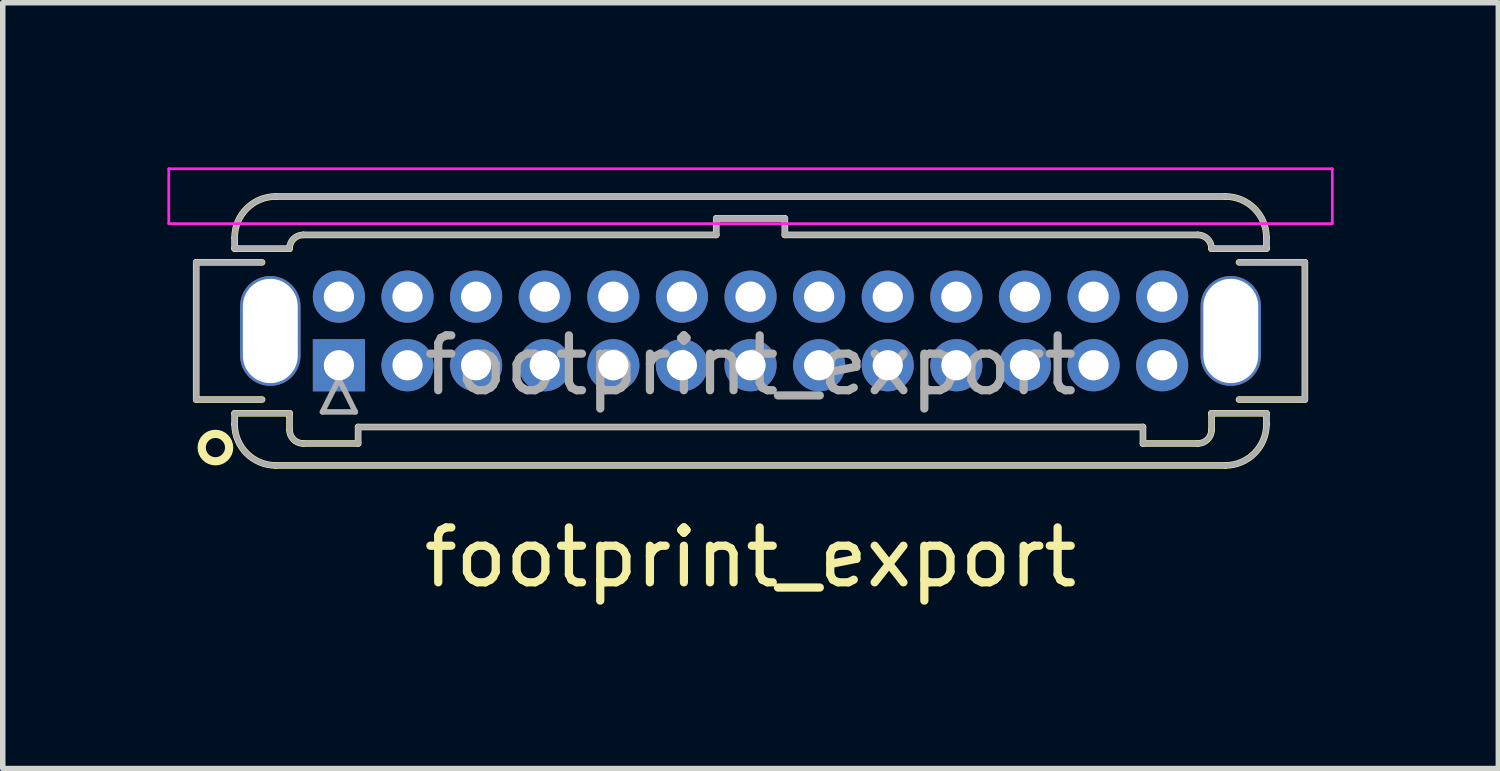
<source format=kicad_pcb>
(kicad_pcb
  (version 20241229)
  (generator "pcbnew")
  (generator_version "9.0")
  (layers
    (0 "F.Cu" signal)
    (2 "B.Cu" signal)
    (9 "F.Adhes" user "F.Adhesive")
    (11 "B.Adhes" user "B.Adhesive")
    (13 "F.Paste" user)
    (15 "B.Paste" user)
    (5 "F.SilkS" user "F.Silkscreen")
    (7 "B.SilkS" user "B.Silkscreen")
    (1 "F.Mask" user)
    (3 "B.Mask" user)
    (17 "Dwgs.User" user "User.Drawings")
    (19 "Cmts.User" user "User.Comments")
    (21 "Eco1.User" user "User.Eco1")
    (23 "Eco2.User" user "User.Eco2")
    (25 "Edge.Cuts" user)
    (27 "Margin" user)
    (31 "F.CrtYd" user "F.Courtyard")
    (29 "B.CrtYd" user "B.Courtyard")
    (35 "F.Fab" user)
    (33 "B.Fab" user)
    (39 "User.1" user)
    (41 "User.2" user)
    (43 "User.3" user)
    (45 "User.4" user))
  (footprint "footprint_export"
    (layer "F.Cu")
    (at 3.125 3.605)
    (property "Reference" "footprint_export" (at 7.5 3.5 0) (layer "F.SilkS") (effects (font (size 1 1) (thickness 0.15))))
    (attr through_hole)
    (fp_line (start -2.6 -1.875) (end -2.6 0.625) (stroke (width 0.12) (type solid)) (layer "F.SilkS"))
    (fp_line (start -2.6 0.625) (end -1.4 0.625) (stroke (width 0.12) (type solid)) (layer "F.SilkS"))
    (fp_line (start -1.9 -2.325) (end -1.9 -2.125) (stroke (width 0.12) (type solid)) (layer "F.SilkS"))
    (fp_line (start -1.9 -2.125) (end -0.9 -2.125) (stroke (width 0.12) (type solid)) (layer "F.SilkS"))
    (fp_line (start -1.9 0.875) (end -0.9 0.875) (stroke (width 0.12) (type solid)) (layer "F.SilkS"))
    (fp_line (start -1.9 1.075) (end -1.9 0.875) (stroke (width 0.12) (type solid)) (layer "F.SilkS"))
    (fp_line (start -1.4 -1.875) (end -2.6 -1.875) (stroke (width 0.12) (type solid)) (layer "F.SilkS"))
    (fp_line (start -1.15 -3.075) (end 16.15 -3.075) (stroke (width 0.12) (type solid)) (layer "F.SilkS"))
    (fp_line (start -1.15 1.825) (end 16.15 1.825) (stroke (width 0.12) (type solid)) (layer "F.SilkS"))
    (fp_line (start -0.9 -2.125) (end -0.9 -2.125) (stroke (width 0.12) (type solid)) (layer "F.SilkS"))
    (fp_line (start -0.9 0.875) (end -0.9 0.875) (stroke (width 0.12) (type solid)) (layer "F.SilkS"))
    (fp_line (start -0.9 1.175) (end -0.9 0.875) (stroke (width 0.12) (type solid)) (layer "F.SilkS"))
    (fp_line (start -0.65 -2.375) (end 6.875 -2.375) (stroke (width 0.12) (type solid)) (layer "F.SilkS"))
    (fp_line (start -0.65 1.425) (end 0.35 1.425) (stroke (width 0.12) (type solid)) (layer "F.SilkS"))
    (fp_line (start 0.35 1.125) (end 14.65 1.125) (stroke (width 0.12) (type solid)) (layer "F.SilkS"))
    (fp_line (start 0.35 1.425) (end 0.35 1.125) (stroke (width 0.12) (type solid)) (layer "F.SilkS"))
    (fp_line (start 6.875 -2.675) (end 8.125 -2.675) (stroke (width 0.12) (type solid)) (layer "F.SilkS"))
    (fp_line (start 6.875 -2.375) (end 6.875 -2.675) (stroke (width 0.12) (type solid)) (layer "F.SilkS"))
    (fp_line (start 8.125 -2.675) (end 8.125 -2.375) (stroke (width 0.12) (type solid)) (layer "F.SilkS"))
    (fp_line (start 8.125 -2.375) (end 15.65 -2.375) (stroke (width 0.12) (type solid)) (layer "F.SilkS"))
    (fp_line (start 14.65 1.125) (end 14.65 1.425) (stroke (width 0.12) (type solid)) (layer "F.SilkS"))
    (fp_line (start 14.65 1.425) (end 15.65 1.425) (stroke (width 0.12) (type solid)) (layer "F.SilkS"))
    (fp_line (start 15.9 -2.125) (end 15.9 -2.125) (stroke (width 0.12) (type solid)) (layer "F.SilkS"))
    (fp_line (start 15.9 0.875) (end 15.9 0.875) (stroke (width 0.12) (type solid)) (layer "F.SilkS"))
    (fp_line (start 15.9 1.175) (end 15.9 0.875) (stroke (width 0.12) (type solid)) (layer "F.SilkS"))
    (fp_line (start 16.4 -1.875) (end 17.6 -1.875) (stroke (width 0.12) (type solid)) (layer "F.SilkS"))
    (fp_line (start 16.9 -2.325) (end 16.9 -2.125) (stroke (width 0.12) (type solid)) (layer "F.SilkS"))
    (fp_line (start 16.9 -2.125) (end 15.9 -2.125) (stroke (width 0.12) (type solid)) (layer "F.SilkS"))
    (fp_line (start 16.9 0.875) (end 15.9 0.875) (stroke (width 0.12) (type solid)) (layer "F.SilkS"))
    (fp_line (start 16.9 1.075) (end 16.9 0.875) (stroke (width 0.12) (type solid)) (layer "F.SilkS"))
    (fp_line (start 17.6 -1.875) (end 17.6 0.625) (stroke (width 0.12) (type solid)) (layer "F.SilkS"))
    (fp_line (start 17.6 0.625) (end 16.4 0.625) (stroke (width 0.12) (type solid)) (layer "F.SilkS"))
    (fp_arc (start -1.9 -2.325) (mid -1.68033 -2.85533) (end -1.15 -3.075) (stroke (width 0.12) (type solid)) (layer "F.SilkS"))
    (fp_arc (start -1.15 1.825) (mid -1.68033 1.60533) (end -1.9 1.075) (stroke (width 0.12) (type solid)) (layer "F.SilkS"))
    (fp_arc (start -0.9 -2.125) (mid -0.826777 -2.301777) (end -0.65 -2.375) (stroke (width 0.12) (type solid)) (layer "F.SilkS"))
    (fp_arc (start -0.65 1.425) (mid -0.826777 1.351777) (end -0.9 1.175) (stroke (width 0.12) (type solid)) (layer "F.SilkS"))
    (fp_arc (start 15.65 -2.375) (mid 15.826777 -2.301777) (end 15.9 -2.125) (stroke (width 0.12) (type solid)) (layer "F.SilkS"))
    (fp_arc (start 15.9 1.175) (mid 15.826777 1.351777) (end 15.65 1.425) (stroke (width 0.12) (type solid)) (layer "F.SilkS"))
    (fp_arc (start 16.15 -3.075) (mid 16.68033 -2.85533) (end 16.9 -2.325) (stroke (width 0.12) (type solid)) (layer "F.SilkS"))
    (fp_arc (start 16.9 1.075) (mid 16.68033 1.60533) (end 16.15 1.825) (stroke (width 0.12) (type solid)) (layer "F.SilkS"))
    (fp_circle (center -2.25 1.5) (end -2 1.5) (stroke (width 0.15) (type solid)) (fill no) (layer "F.SilkS"))
    (fp_line (start -3.1 -3.58) (end -3.1 -2.58) (stroke (width 0.05) (type solid)) (layer "F.CrtYd"))
    (fp_line (start -3.1 -2.58) (end 18.1 -2.58) (stroke (width 0.05) (type solid)) (layer "F.CrtYd"))
    (fp_line (start 18.1 -3.58) (end -3.1 -3.58) (stroke (width 0.05) (type solid)) (layer "F.CrtYd"))
    (fp_line (start 18.1 -2.58) (end 18.1 -3.58) (stroke (width 0.05) (type solid)) (layer "F.CrtYd"))
    (fp_line (start -2.6 -1.875) (end -2.6 0.625) (stroke (width 0.1) (type solid)) (layer "F.Fab"))
    (fp_line (start -2.6 0.625) (end -1.4 0.625) (stroke (width 0.1) (type solid)) (layer "F.Fab"))
    (fp_line (start -1.9 -2.325) (end -1.9 -2.125) (stroke (width 0.1) (type solid)) (layer "F.Fab"))
    (fp_line (start -1.9 -2.125) (end -0.9 -2.125) (stroke (width 0.1) (type solid)) (layer "F.Fab"))
    (fp_line (start -1.9 0.875) (end -0.9 0.875) (stroke (width 0.1) (type solid)) (layer "F.Fab"))
    (fp_line (start -1.9 1.075) (end -1.9 0.875) (stroke (width 0.1) (type solid)) (layer "F.Fab"))
    (fp_line (start -1.4 -1.875) (end -2.6 -1.875) (stroke (width 0.1) (type solid)) (layer "F.Fab"))
    (fp_line (start -1.15 -3.075) (end 16.15 -3.075) (stroke (width 0.1) (type solid)) (layer "F.Fab"))
    (fp_line (start -1.15 1.825) (end 16.15 1.825) (stroke (width 0.1) (type solid)) (layer "F.Fab"))
    (fp_line (start -0.9 -2.125) (end -0.9 -2.125) (stroke (width 0.1) (type solid)) (layer "F.Fab"))
    (fp_line (start -0.9 0.875) (end -0.9 0.875) (stroke (width 0.1) (type solid)) (layer "F.Fab"))
    (fp_line (start -0.9 1.175) (end -0.9 0.875) (stroke (width 0.1) (type solid)) (layer "F.Fab"))
    (fp_line (start -0.65 -2.375) (end 6.875 -2.375) (stroke (width 0.1) (type solid)) (layer "F.Fab"))
    (fp_line (start -0.65 1.425) (end 0.35 1.425) (stroke (width 0.1) (type solid)) (layer "F.Fab"))
    (fp_line (start -0.3 0.85) (end 0.3 0.85) (stroke (width 0.1) (type solid)) (layer "F.Fab"))
    (fp_line (start 0 0.25) (end -0.3 0.85) (stroke (width 0.1) (type solid)) (layer "F.Fab"))
    (fp_line (start 0.3 0.85) (end 0 0.25) (stroke (width 0.1) (type solid)) (layer "F.Fab"))
    (fp_line (start 0.35 1.125) (end 14.65 1.125) (stroke (width 0.1) (type solid)) (layer "F.Fab"))
    (fp_line (start 0.35 1.425) (end 0.35 1.125) (stroke (width 0.1) (type solid)) (layer "F.Fab"))
    (fp_line (start 6.875 -2.675) (end 8.125 -2.675) (stroke (width 0.1) (type solid)) (layer "F.Fab"))
    (fp_line (start 6.875 -2.375) (end 6.875 -2.675) (stroke (width 0.1) (type solid)) (layer "F.Fab"))
    (fp_line (start 8.125 -2.675) (end 8.125 -2.375) (stroke (width 0.1) (type solid)) (layer "F.Fab"))
    (fp_line (start 8.125 -2.375) (end 15.65 -2.375) (stroke (width 0.1) (type solid)) (layer "F.Fab"))
    (fp_line (start 14.65 1.125) (end 14.65 1.425) (stroke (width 0.1) (type solid)) (layer "F.Fab"))
    (fp_line (start 14.65 1.425) (end 15.65 1.425) (stroke (width 0.1) (type solid)) (layer "F.Fab"))
    (fp_line (start 15.9 -2.125) (end 15.9 -2.125) (stroke (width 0.1) (type solid)) (layer "F.Fab"))
    (fp_line (start 15.9 0.875) (end 15.9 0.875) (stroke (width 0.1) (type solid)) (layer "F.Fab"))
    (fp_line (start 15.9 1.175) (end 15.9 0.875) (stroke (width 0.1) (type solid)) (layer "F.Fab"))
    (fp_line (start 16.4 -1.875) (end 17.6 -1.875) (stroke (width 0.1) (type solid)) (layer "F.Fab"))
    (fp_line (start 16.9 -2.325) (end 16.9 -2.125) (stroke (width 0.1) (type solid)) (layer "F.Fab"))
    (fp_line (start 16.9 -2.125) (end 15.9 -2.125) (stroke (width 0.1) (type solid)) (layer "F.Fab"))
    (fp_line (start 16.9 0.875) (end 15.9 0.875) (stroke (width 0.1) (type solid)) (layer "F.Fab"))
    (fp_line (start 16.9 1.075) (end 16.9 0.875) (stroke (width 0.1) (type solid)) (layer "F.Fab"))
    (fp_line (start 17.6 -1.875) (end 17.6 0.625) (stroke (width 0.1) (type solid)) (layer "F.Fab"))
    (fp_line (start 17.6 0.625) (end 16.4 0.625) (stroke (width 0.1) (type solid)) (layer "F.Fab"))
    (fp_arc (start -1.9 -2.325) (mid -1.68033 -2.85533) (end -1.15 -3.075) (stroke (width 0.1) (type solid)) (layer "F.Fab"))
    (fp_arc (start -1.15 1.825) (mid -1.68033 1.60533) (end -1.9 1.075) (stroke (width 0.1) (type solid)) (layer "F.Fab"))
    (fp_arc (start -0.9 -2.125) (mid -0.826777 -2.301777) (end -0.65 -2.375) (stroke (width 0.1) (type solid)) (layer "F.Fab"))
    (fp_arc (start -0.65 1.425) (mid -0.826777 1.351777) (end -0.9 1.175) (stroke (width 0.1) (type solid)) (layer "F.Fab"))
    (fp_arc (start 15.65 -2.375) (mid 15.826777 -2.301777) (end 15.9 -2.125) (stroke (width 0.1) (type solid)) (layer "F.Fab"))
    (fp_arc (start 15.9 1.175) (mid 15.826777 1.351777) (end 15.65 1.425) (stroke (width 0.1) (type solid)) (layer "F.Fab"))
    (fp_arc (start 16.15 -3.075) (mid 16.68033 -2.85533) (end 16.9 -2.325) (stroke (width 0.1) (type solid)) (layer "F.Fab"))
    (fp_arc (start 16.9 1.075) (mid 16.68033 1.60533) (end 16.15 1.825) (stroke (width 0.1) (type solid)) (layer "F.Fab"))
    (fp_text user "${REFERENCE}" (at 7.5 0 0) (layer "F.Fab") (effects (font (size 1 1) (thickness 0.15))))
    (pad "" np_thru_hole oval (at -1.25 -0.625) (size 1.1 2) (drill oval 1 1.9) (layers "*.Cu" "*.Mask"))
    (pad "" np_thru_hole oval (at 16.25 -0.625) (size 1.1 2) (drill oval 1 1.9) (layers "*.Cu" "*.Mask"))
    (pad "1" thru_hole rect (at 0 0) (size 0.95 0.95) (drill 0.55) (layers "*.Cu" "*.Mask"))
    (pad "2" thru_hole circle (at 0 -1.25) (size 0.95 0.95) (drill 0.55) (layers "*.Cu" "*.Mask"))
    (pad "3" thru_hole circle (at 1.25 0) (size 0.95 0.95) (drill 0.55) (layers "*.Cu" "*.Mask"))
    (pad "4" thru_hole circle (at 1.25 -1.25) (size 0.95 0.95) (drill 0.55) (layers "*.Cu" "*.Mask"))
    (pad "5" thru_hole circle (at 2.5 0) (size 0.95 0.95) (drill 0.55) (layers "*.Cu" "*.Mask"))
    (pad "6" thru_hole circle (at 2.5 -1.25) (size 0.95 0.95) (drill 0.55) (layers "*.Cu" "*.Mask"))
    (pad "7" thru_hole circle (at 3.75 0) (size 0.95 0.95) (drill 0.55) (layers "*.Cu" "*.Mask"))
    (pad "8" thru_hole circle (at 3.75 -1.25) (size 0.95 0.95) (drill 0.55) (layers "*.Cu" "*.Mask"))
    (pad "9" thru_hole circle (at 5 0) (size 0.95 0.95) (drill 0.55) (layers "*.Cu" "*.Mask"))
    (pad "10" thru_hole circle (at 5 -1.25) (size 0.95 0.95) (drill 0.55) (layers "*.Cu" "*.Mask"))
    (pad "11" thru_hole circle (at 6.25 0) (size 0.95 0.95) (drill 0.55) (layers "*.Cu" "*.Mask"))
    (pad "12" thru_hole circle (at 6.25 -1.25) (size 0.95 0.95) (drill 0.55) (layers "*.Cu" "*.Mask"))
    (pad "13" thru_hole circle (at 7.5 0) (size 0.95 0.95) (drill 0.55) (layers "*.Cu" "*.Mask"))
    (pad "14" thru_hole circle (at 7.5 -1.25) (size 0.95 0.95) (drill 0.55) (layers "*.Cu" "*.Mask"))
    (pad "15" thru_hole circle (at 8.75 0) (size 0.95 0.95) (drill 0.55) (layers "*.Cu" "*.Mask"))
    (pad "16" thru_hole circle (at 8.75 -1.25) (size 0.95 0.95) (drill 0.55) (layers "*.Cu" "*.Mask"))
    (pad "17" thru_hole circle (at 10 0) (size 0.95 0.95) (drill 0.55) (layers "*.Cu" "*.Mask"))
    (pad "18" thru_hole circle (at 10 -1.25) (size 0.95 0.95) (drill 0.55) (layers "*.Cu" "*.Mask"))
    (pad "19" thru_hole circle (at 11.25 0) (size 0.95 0.95) (drill 0.55) (layers "*.Cu" "*.Mask"))
    (pad "20" thru_hole circle (at 11.25 -1.25) (size 0.95 0.95) (drill 0.55) (layers "*.Cu" "*.Mask"))
    (pad "21" thru_hole circle (at 12.5 0) (size 0.95 0.95) (drill 0.55) (layers "*.Cu" "*.Mask"))
    (pad "22" thru_hole circle (at 12.5 -1.25) (size 0.95 0.95) (drill 0.55) (layers "*.Cu" "*.Mask"))
    (pad "23" thru_hole circle (at 13.75 0) (size 0.95 0.95) (drill 0.55) (layers "*.Cu" "*.Mask"))
    (pad "24" thru_hole circle (at 13.75 -1.25) (size 0.95 0.95) (drill 0.55) (layers "*.Cu" "*.Mask"))
    (pad "25" thru_hole circle (at 15 0) (size 0.95 0.95) (drill 0.55) (layers "*.Cu" "*.Mask"))
    (pad "26" thru_hole circle (at 15 -1.25) (size 0.95 0.95) (drill 0.55) (layers "*.Cu" "*.Mask")))
  (gr_rect
    (start -3 -3)
    (end 24.25 10.953)
    (stroke (width 0.1) (type default))
    (fill no)
    (layer "Edge.Cuts")))
</source>
